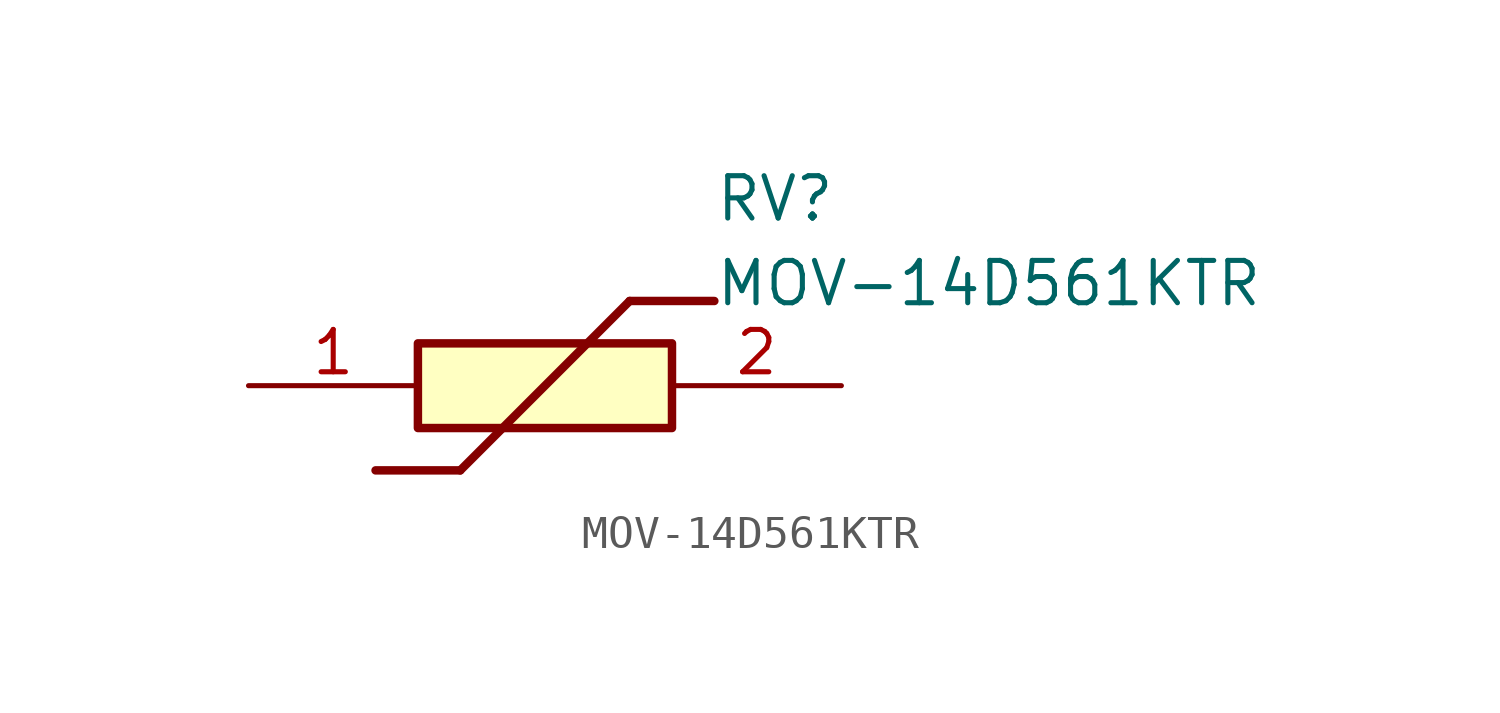
<source format=kicad_sym>
(kicad_symbol_lib
  (version 20211014)
  (generator SamacSys_ECAD_Model)
  (symbol "MOV-14D561KTR"
    (pin_names hide)
    (property "Reference" "RV"
      (at 13.97 6.35 0)
      (effects (font (size 1.27 1.27)) (justify left top)))
    (property "Value" "MOV-14D561KTR"
      (at 13.97 3.81 0)
      (effects (font (size 1.27 1.27)) (justify left top)))
    (rectangle
      (start 5.08 1.27)
      (end 12.7 -1.27)
      (stroke (width 0.254) (type default))
      (fill (type background)))
    (polyline
      (pts (xy 3.81 -2.54) (xy 6.35 -2.54))
      (stroke (width 0.254) (type default))
      (fill (type none)))
    (polyline
      (pts (xy 11.43 2.54) (xy 6.35 -2.54))
      (stroke (width 0.254) (type default))
      (fill (type none)))
    (polyline
      (pts (xy 11.43 2.54) (xy 13.97 2.54))
      (stroke (width 0.254) (type default))
      (fill (type none)))
    (pin passive line
      (at 0 0 0)
      (length 5.08)
      (name "1" (effects (font (size 1.27 1.27))))
      (number "1" (effects (font (size 1.27 1.27)))))
    (pin passive line
      (at 17.78 0 180)
      (length 5.08)
      (name "2" (effects (font (size 1.27 1.27))))
      (number "2" (effects (font (size 1.27 1.27)))))))
</source>
